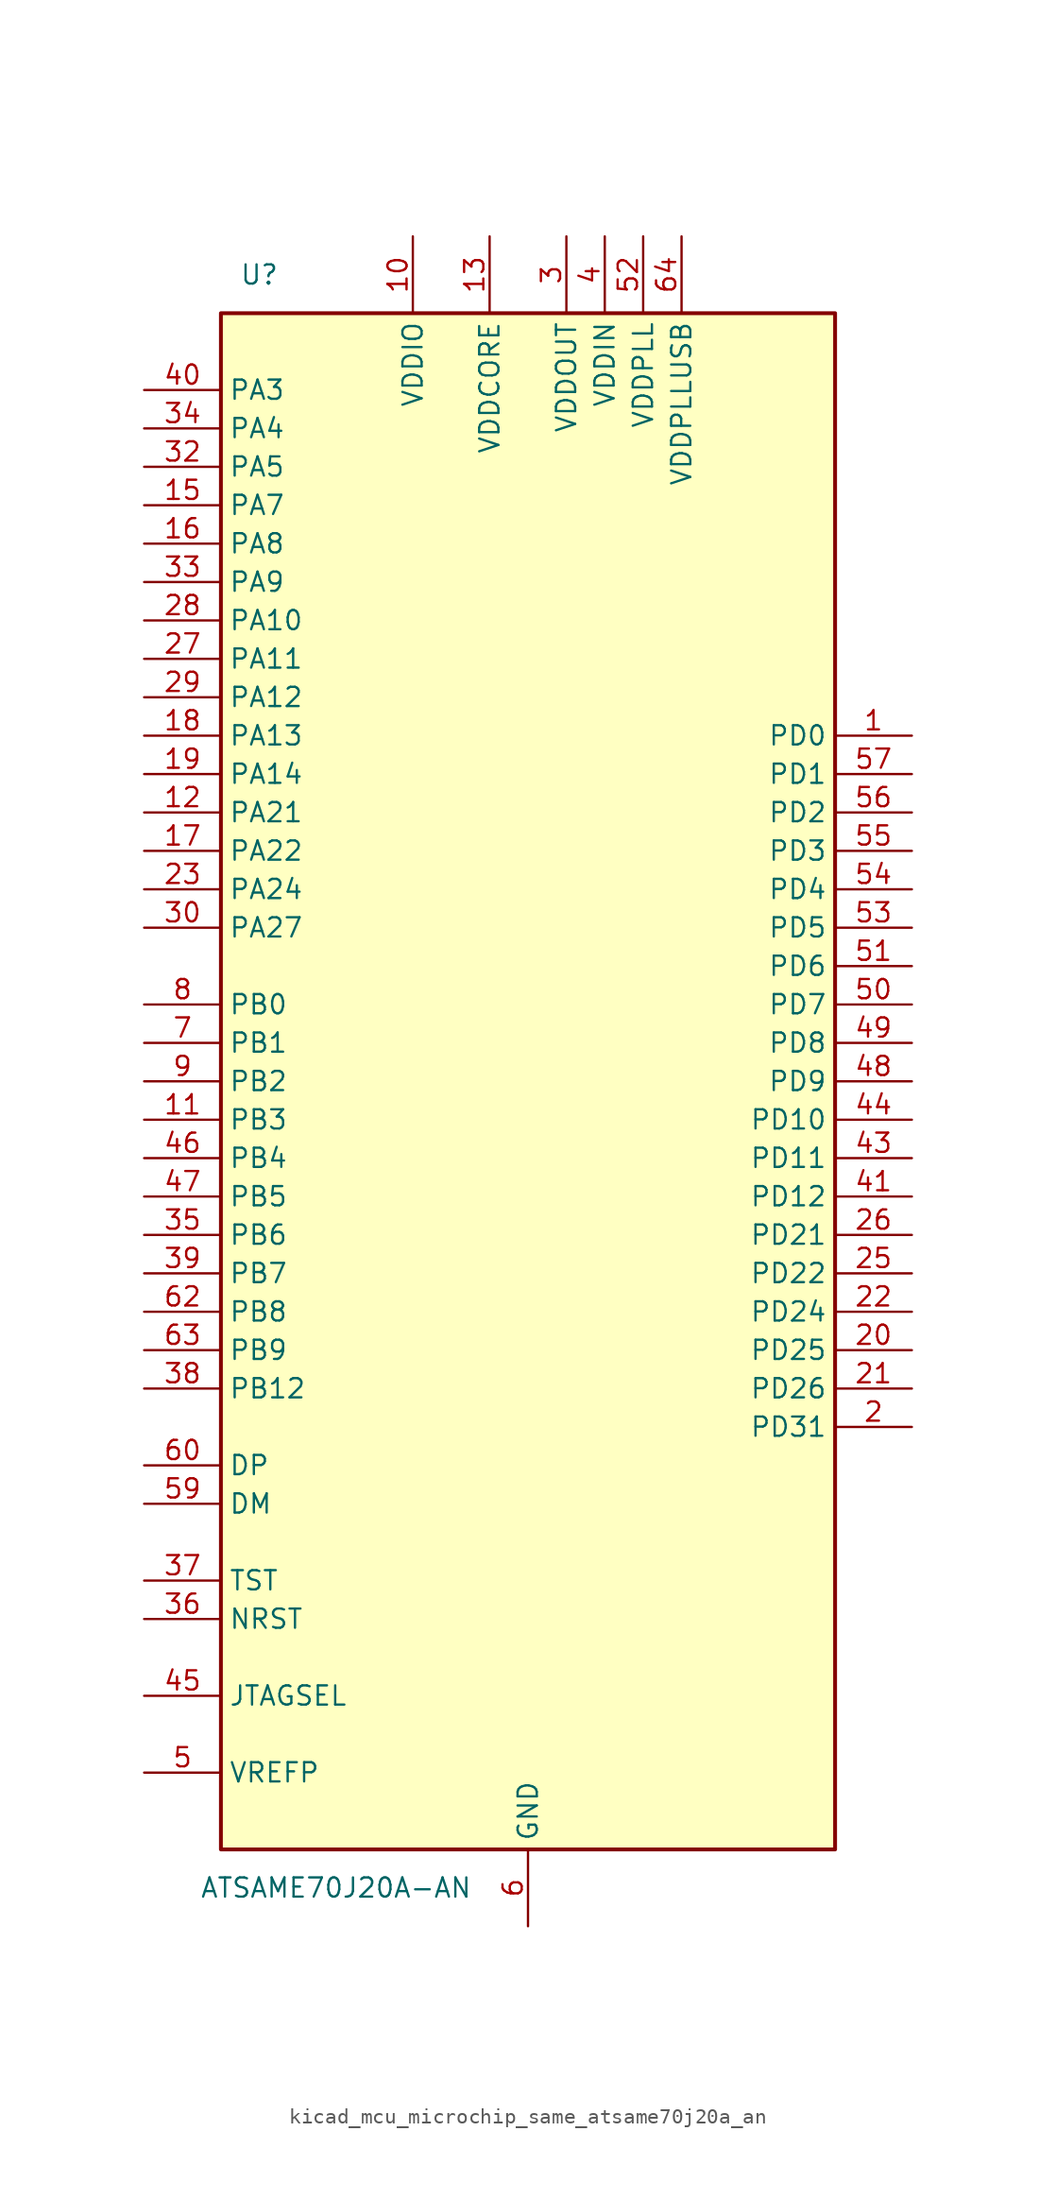
<source format=kicad_sym>
(kicad_symbol_lib
  (version 20220914)
  (generator kicad_symbol_editor)
  (symbol "kicad_mcu_microchip_same_atsame70j20a_an"
    (property "Reference" "U"
      (at -17.78 53.34 0)
      (effects (font (size 1.27 1.27))))
    (property "Value" "ATSAME70J20A-AN"
      (at -12.7 -53.34 0)
      (effects (font (size 1.27 1.27))))
    (symbol "kicad_mcu_microchip_same_atsame70j20a_an_0_1"
      (rectangle (start -20.32 50.8) (end 20.32 -50.8) (stroke (width 0.254) (type default)) (fill (type background))))
    (symbol "kicad_mcu_microchip_same_atsame70j20a_an_1_0"
      (pin power_in line (at 10.16 55.88 270) (length 5.08) (name "VDDPLLUSB" (effects (font (size 1.27 1.27)))) (number "64" (effects (font (size 1.27 1.27))))))
    (symbol "kicad_mcu_microchip_same_atsame70j20a_an_1_1"
      (pin bidirectional line (at 25.4 22.86 180) (length 5.08) (name "PD0" (effects (font (size 1.27 1.27)))) (number "1" (effects (font (size 1.27 1.27)))))
      (pin power_in line (at -7.62 55.88 270) (length 5.08) (name "VDDIO" (effects (font (size 1.27 1.27)))) (number "10" (effects (font (size 1.27 1.27)))))
      (pin bidirectional line (at -25.4 -2.54 0) (length 5.08) (name "PB3" (effects (font (size 1.27 1.27)))) (number "11" (effects (font (size 1.27 1.27)))))
      (pin bidirectional line (at -25.4 17.78 0) (length 5.08) (name "PA21" (effects (font (size 1.27 1.27)))) (number "12" (effects (font (size 1.27 1.27)))))
      (pin power_in line (at -2.54 55.88 270) (length 5.08) (name "VDDCORE" (effects (font (size 1.27 1.27)))) (number "13" (effects (font (size 1.27 1.27)))))
      (pin passive line (at 0 -55.88 90) (length 5.08) hide (name "GND" (effects (font (size 1.27 1.27)))) (number "14" (effects (font (size 1.27 1.27)))))
      (pin bidirectional line (at -25.4 38.1 0) (length 5.08) (name "PA7" (effects (font (size 1.27 1.27)))) (number "15" (effects (font (size 1.27 1.27)))))
      (pin bidirectional line (at -25.4 35.56 0) (length 5.08) (name "PA8" (effects (font (size 1.27 1.27)))) (number "16" (effects (font (size 1.27 1.27)))))
      (pin bidirectional line (at -25.4 15.24 0) (length 5.08) (name "PA22" (effects (font (size 1.27 1.27)))) (number "17" (effects (font (size 1.27 1.27)))))
      (pin bidirectional line (at -25.4 22.86 0) (length 5.08) (name "PA13" (effects (font (size 1.27 1.27)))) (number "18" (effects (font (size 1.27 1.27)))))
      (pin bidirectional line (at -25.4 20.32 0) (length 5.08) (name "PA14" (effects (font (size 1.27 1.27)))) (number "19" (effects (font (size 1.27 1.27)))))
      (pin bidirectional line (at 25.4 -22.86 180) (length 5.08) (name "PD31" (effects (font (size 1.27 1.27)))) (number "2" (effects (font (size 1.27 1.27)))))
      (pin bidirectional line (at 25.4 -17.78 180) (length 5.08) (name "PD25" (effects (font (size 1.27 1.27)))) (number "20" (effects (font (size 1.27 1.27)))))
      (pin bidirectional line (at 25.4 -20.32 180) (length 5.08) (name "PD26" (effects (font (size 1.27 1.27)))) (number "21" (effects (font (size 1.27 1.27)))))
      (pin bidirectional line (at 25.4 -15.24 180) (length 5.08) (name "PD24" (effects (font (size 1.27 1.27)))) (number "22" (effects (font (size 1.27 1.27)))))
      (pin bidirectional line (at -25.4 12.7 0) (length 5.08) (name "PA24" (effects (font (size 1.27 1.27)))) (number "23" (effects (font (size 1.27 1.27)))))
      (pin passive line (at -2.54 55.88 270) (length 5.08) hide (name "VDDCORE" (effects (font (size 1.27 1.27)))) (number "24" (effects (font (size 1.27 1.27)))))
      (pin bidirectional line (at 25.4 -12.7 180) (length 5.08) (name "PD22" (effects (font (size 1.27 1.27)))) (number "25" (effects (font (size 1.27 1.27)))))
      (pin bidirectional line (at 25.4 -10.16 180) (length 5.08) (name "PD21" (effects (font (size 1.27 1.27)))) (number "26" (effects (font (size 1.27 1.27)))))
      (pin bidirectional line (at -25.4 27.94 0) (length 5.08) (name "PA11" (effects (font (size 1.27 1.27)))) (number "27" (effects (font (size 1.27 1.27)))))
      (pin bidirectional line (at -25.4 30.48 0) (length 5.08) (name "PA10" (effects (font (size 1.27 1.27)))) (number "28" (effects (font (size 1.27 1.27)))))
      (pin bidirectional line (at -25.4 25.4 0) (length 5.08) (name "PA12" (effects (font (size 1.27 1.27)))) (number "29" (effects (font (size 1.27 1.27)))))
      (pin power_in line (at 2.54 55.88 270) (length 5.08) (name "VDDOUT" (effects (font (size 1.27 1.27)))) (number "3" (effects (font (size 1.27 1.27)))))
      (pin bidirectional line (at -25.4 10.16 0) (length 5.08) (name "PA27" (effects (font (size 1.27 1.27)))) (number "30" (effects (font (size 1.27 1.27)))))
      (pin passive line (at 0 -55.88 90) (length 5.08) hide (name "GND" (effects (font (size 1.27 1.27)))) (number "31" (effects (font (size 1.27 1.27)))))
      (pin bidirectional line (at -25.4 40.64 0) (length 5.08) (name "PA5" (effects (font (size 1.27 1.27)))) (number "32" (effects (font (size 1.27 1.27)))))
      (pin bidirectional line (at -25.4 33.02 0) (length 5.08) (name "PA9" (effects (font (size 1.27 1.27)))) (number "33" (effects (font (size 1.27 1.27)))))
      (pin bidirectional line (at -25.4 43.18 0) (length 5.08) (name "PA4" (effects (font (size 1.27 1.27)))) (number "34" (effects (font (size 1.27 1.27)))))
      (pin bidirectional line (at -25.4 -10.16 0) (length 5.08) (name "PB6" (effects (font (size 1.27 1.27)))) (number "35" (effects (font (size 1.27 1.27)))))
      (pin bidirectional line (at -25.4 -35.56 0) (length 5.08) (name "NRST" (effects (font (size 1.27 1.27)))) (number "36" (effects (font (size 1.27 1.27)))))
      (pin input line (at -25.4 -33.02 0) (length 5.08) (name "TST" (effects (font (size 1.27 1.27)))) (number "37" (effects (font (size 1.27 1.27)))))
      (pin bidirectional line (at -25.4 -20.32 0) (length 5.08) (name "PB12" (effects (font (size 1.27 1.27)))) (number "38" (effects (font (size 1.27 1.27)))))
      (pin bidirectional line (at -25.4 -12.7 0) (length 5.08) (name "PB7" (effects (font (size 1.27 1.27)))) (number "39" (effects (font (size 1.27 1.27)))))
      (pin power_in line (at 5.08 55.88 270) (length 5.08) (name "VDDIN" (effects (font (size 1.27 1.27)))) (number "4" (effects (font (size 1.27 1.27)))))
      (pin bidirectional line (at -25.4 45.72 0) (length 5.08) (name "PA3" (effects (font (size 1.27 1.27)))) (number "40" (effects (font (size 1.27 1.27)))))
      (pin bidirectional line (at 25.4 -7.62 180) (length 5.08) (name "PD12" (effects (font (size 1.27 1.27)))) (number "41" (effects (font (size 1.27 1.27)))))
      (pin passive line (at -7.62 55.88 270) (length 5.08) hide (name "VDDIO" (effects (font (size 1.27 1.27)))) (number "42" (effects (font (size 1.27 1.27)))))
      (pin bidirectional line (at 25.4 -5.08 180) (length 5.08) (name "PD11" (effects (font (size 1.27 1.27)))) (number "43" (effects (font (size 1.27 1.27)))))
      (pin bidirectional line (at 25.4 -2.54 180) (length 5.08) (name "PD10" (effects (font (size 1.27 1.27)))) (number "44" (effects (font (size 1.27 1.27)))))
      (pin input line (at -25.4 -40.64 0) (length 5.08) (name "JTAGSEL" (effects (font (size 1.27 1.27)))) (number "45" (effects (font (size 1.27 1.27)))))
      (pin bidirectional line (at -25.4 -5.08 0) (length 5.08) (name "PB4" (effects (font (size 1.27 1.27)))) (number "46" (effects (font (size 1.27 1.27)))))
      (pin bidirectional line (at -25.4 -7.62 0) (length 5.08) (name "PB5" (effects (font (size 1.27 1.27)))) (number "47" (effects (font (size 1.27 1.27)))))
      (pin bidirectional line (at 25.4 0 180) (length 5.08) (name "PD9" (effects (font (size 1.27 1.27)))) (number "48" (effects (font (size 1.27 1.27)))))
      (pin bidirectional line (at 25.4 2.54 180) (length 5.08) (name "PD8" (effects (font (size 1.27 1.27)))) (number "49" (effects (font (size 1.27 1.27)))))
      (pin input line (at -25.4 -45.72 0) (length 5.08) (name "VREFP" (effects (font (size 1.27 1.27)))) (number "5" (effects (font (size 1.27 1.27)))))
      (pin bidirectional line (at 25.4 5.08 180) (length 5.08) (name "PD7" (effects (font (size 1.27 1.27)))) (number "50" (effects (font (size 1.27 1.27)))))
      (pin bidirectional line (at 25.4 7.62 180) (length 5.08) (name "PD6" (effects (font (size 1.27 1.27)))) (number "51" (effects (font (size 1.27 1.27)))))
      (pin power_in line (at 7.62 55.88 270) (length 5.08) (name "VDDPLL" (effects (font (size 1.27 1.27)))) (number "52" (effects (font (size 1.27 1.27)))))
      (pin bidirectional line (at 25.4 10.16 180) (length 5.08) (name "PD5" (effects (font (size 1.27 1.27)))) (number "53" (effects (font (size 1.27 1.27)))))
      (pin bidirectional line (at 25.4 12.7 180) (length 5.08) (name "PD4" (effects (font (size 1.27 1.27)))) (number "54" (effects (font (size 1.27 1.27)))))
      (pin bidirectional line (at 25.4 15.24 180) (length 5.08) (name "PD3" (effects (font (size 1.27 1.27)))) (number "55" (effects (font (size 1.27 1.27)))))
      (pin bidirectional line (at 25.4 17.78 180) (length 5.08) (name "PD2" (effects (font (size 1.27 1.27)))) (number "56" (effects (font (size 1.27 1.27)))))
      (pin bidirectional line (at 25.4 20.32 180) (length 5.08) (name "PD1" (effects (font (size 1.27 1.27)))) (number "57" (effects (font (size 1.27 1.27)))))
      (pin passive line (at -7.62 55.88 270) (length 5.08) hide (name "VDDIO" (effects (font (size 1.27 1.27)))) (number "58" (effects (font (size 1.27 1.27)))))
      (pin bidirectional line (at -25.4 -27.94 0) (length 5.08) (name "DM" (effects (font (size 1.27 1.27)))) (number "59" (effects (font (size 1.27 1.27)))))
      (pin power_in line (at 0 -55.88 90) (length 5.08) (name "GND" (effects (font (size 1.27 1.27)))) (number "6" (effects (font (size 1.27 1.27)))))
      (pin bidirectional line (at -25.4 -25.4 0) (length 5.08) (name "DP" (effects (font (size 1.27 1.27)))) (number "60" (effects (font (size 1.27 1.27)))))
      (pin passive line (at -2.54 55.88 270) (length 5.08) hide (name "VDDCORE" (effects (font (size 1.27 1.27)))) (number "61" (effects (font (size 1.27 1.27)))))
      (pin bidirectional line (at -25.4 -15.24 0) (length 5.08) (name "PB8" (effects (font (size 1.27 1.27)))) (number "62" (effects (font (size 1.27 1.27)))))
      (pin bidirectional line (at -25.4 -17.78 0) (length 5.08) (name "PB9" (effects (font (size 1.27 1.27)))) (number "63" (effects (font (size 1.27 1.27)))))
      (pin bidirectional line (at -25.4 2.54 0) (length 5.08) (name "PB1" (effects (font (size 1.27 1.27)))) (number "7" (effects (font (size 1.27 1.27)))))
      (pin bidirectional line (at -25.4 5.08 0) (length 5.08) (name "PB0" (effects (font (size 1.27 1.27)))) (number "8" (effects (font (size 1.27 1.27)))))
      (pin bidirectional line (at -25.4 0 0) (length 5.08) (name "PB2" (effects (font (size 1.27 1.27)))) (number "9" (effects (font (size 1.27 1.27))))))))
</source>
